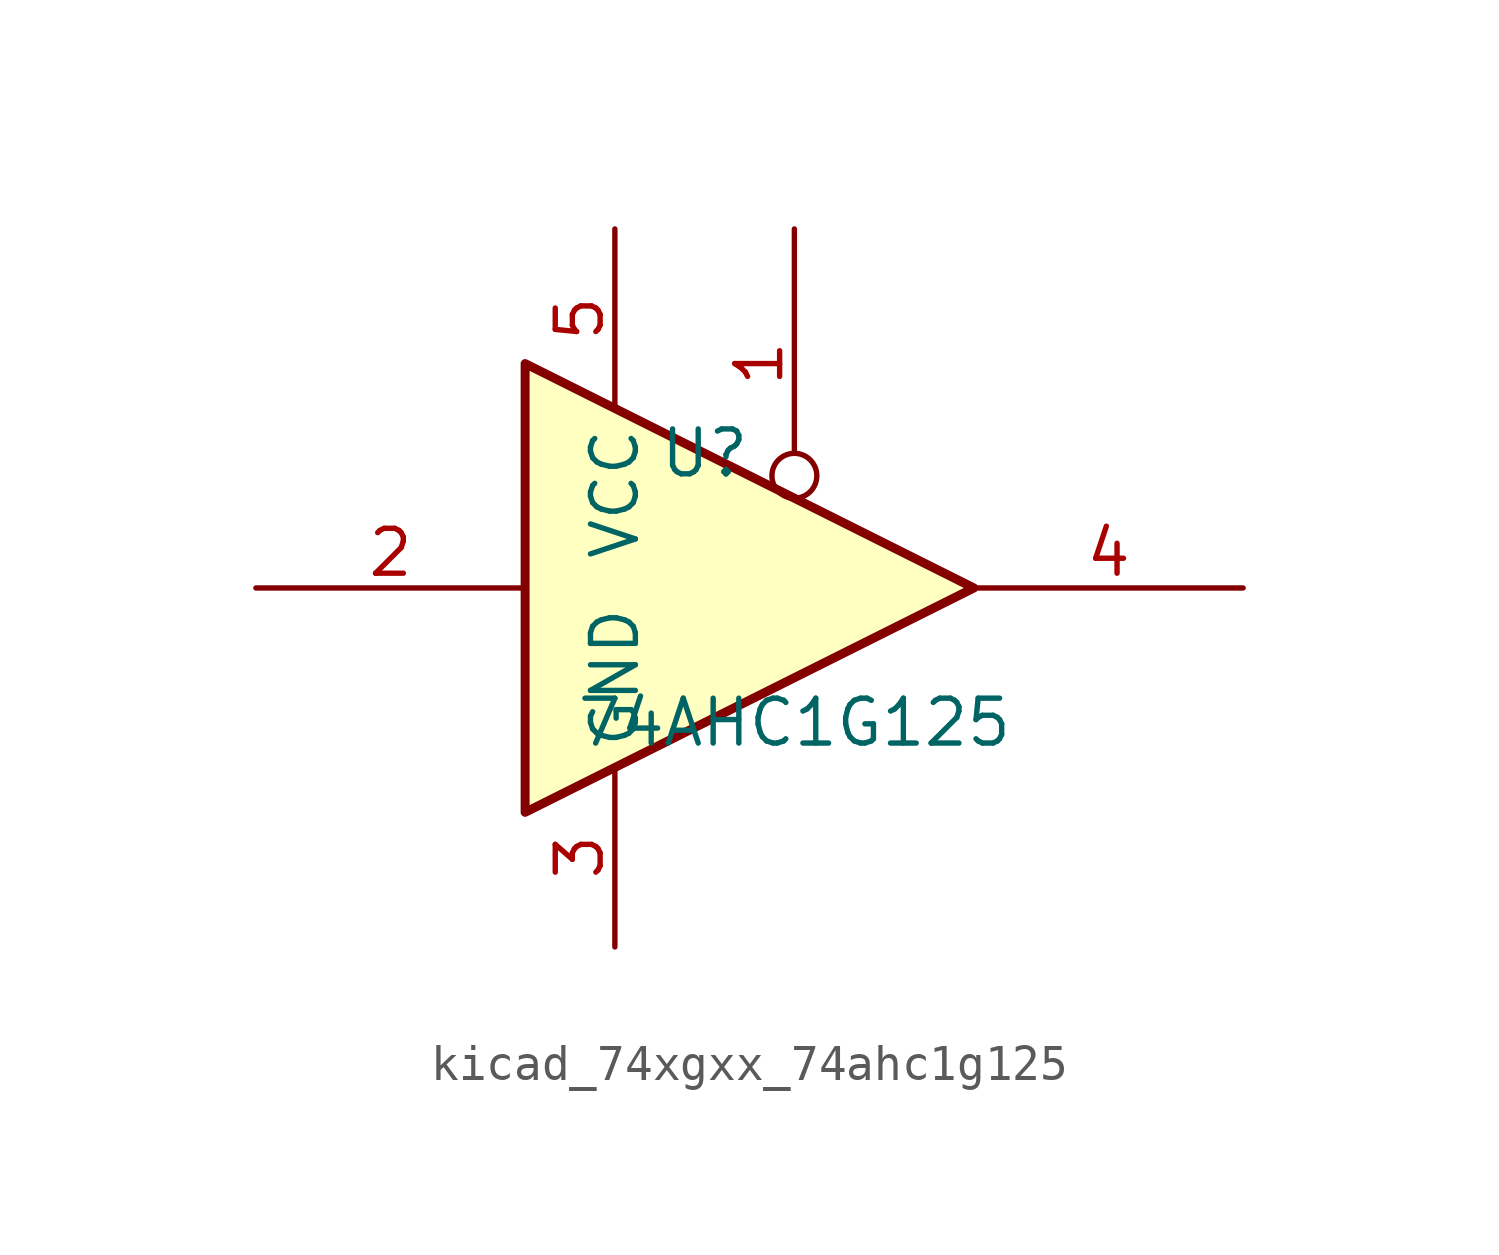
<source format=kicad_sym>
(kicad_symbol_lib
  (version 20220914)
  (generator kicad_symbol_editor)
  (symbol "kicad_74xgxx_74ahc1g125"
    (property "Reference" "U"
      (at -2.54 3.81 0)
      (effects (font (size 1.27 1.27))))
    (property "Value" "74AHC1G125"
      (at 0 -3.81 0)
      (effects (font (size 1.27 1.27))))
    (symbol "kicad_74xgxx_74ahc1g125_0_1"
      (polyline (pts (xy -7.62 6.35) (xy -7.62 -6.35) (xy 5.08 0) (xy -7.62 6.35)) (stroke (width 0.254) (type default)) (fill (type background))))
    (symbol "kicad_74xgxx_74ahc1g125_1_1"
      (pin input inverted (at 0 10.16 270) (length 7.62) (name "~" (effects (font (size 1.27 1.27)))) (number "1" (effects (font (size 1.27 1.27)))))
      (pin input line (at -15.24 0 0) (length 7.62) (name "~" (effects (font (size 1.27 1.27)))) (number "2" (effects (font (size 1.27 1.27)))))
      (pin power_in line (at -5.08 -10.16 90) (length 5.08) (name "GND" (effects (font (size 1.27 1.27)))) (number "3" (effects (font (size 1.27 1.27)))))
      (pin tri_state line (at 12.7 0 180) (length 7.62) (name "~" (effects (font (size 1.27 1.27)))) (number "4" (effects (font (size 1.27 1.27)))))
      (pin power_in line (at -5.08 10.16 270) (length 5.08) (name "VCC" (effects (font (size 1.27 1.27)))) (number "5" (effects (font (size 1.27 1.27))))))))
</source>
